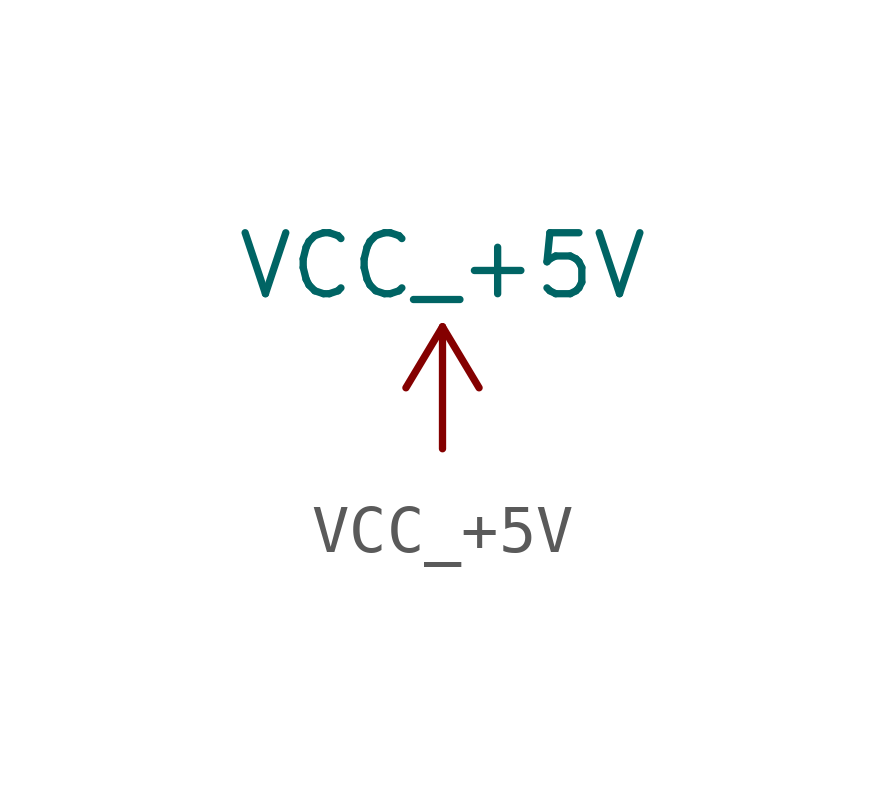
<source format=kicad_sym>
(kicad_symbol_lib
  (version 20220914)
  (generator kicad_symbol_editor)
  (symbol "VCC_+5V"
    (power)
    (property "Reference" "#PWR"
      (at 0 -3.81 0)
      (effects (font (size 1.27 1.27)) hide))
    (property "Value" "VCC_+5V"
      (at 0 3.81 0)
      (effects (font (size 1.27 1.27))))
    (symbol "VCC_+5V_0_1"
      (polyline (pts (xy -0.762 1.27) (xy 0 2.54)) (stroke (width 0) (type default)) (fill (type none)))
      (polyline (pts (xy 0 0) (xy 0 2.54)) (stroke (width 0) (type default)) (fill (type none)))
      (polyline (pts (xy 0 2.54) (xy 0.762 1.27)) (stroke (width 0) (type default)) (fill (type none))))
    (symbol "VCC_+5V_1_1"
      (pin power_in line (at 0 0 90) (length 0) hide (name "+5V" (effects (font (size 1.27 1.27)))) (number "1" (effects (font (size 1.27 1.27))))))))
</source>
